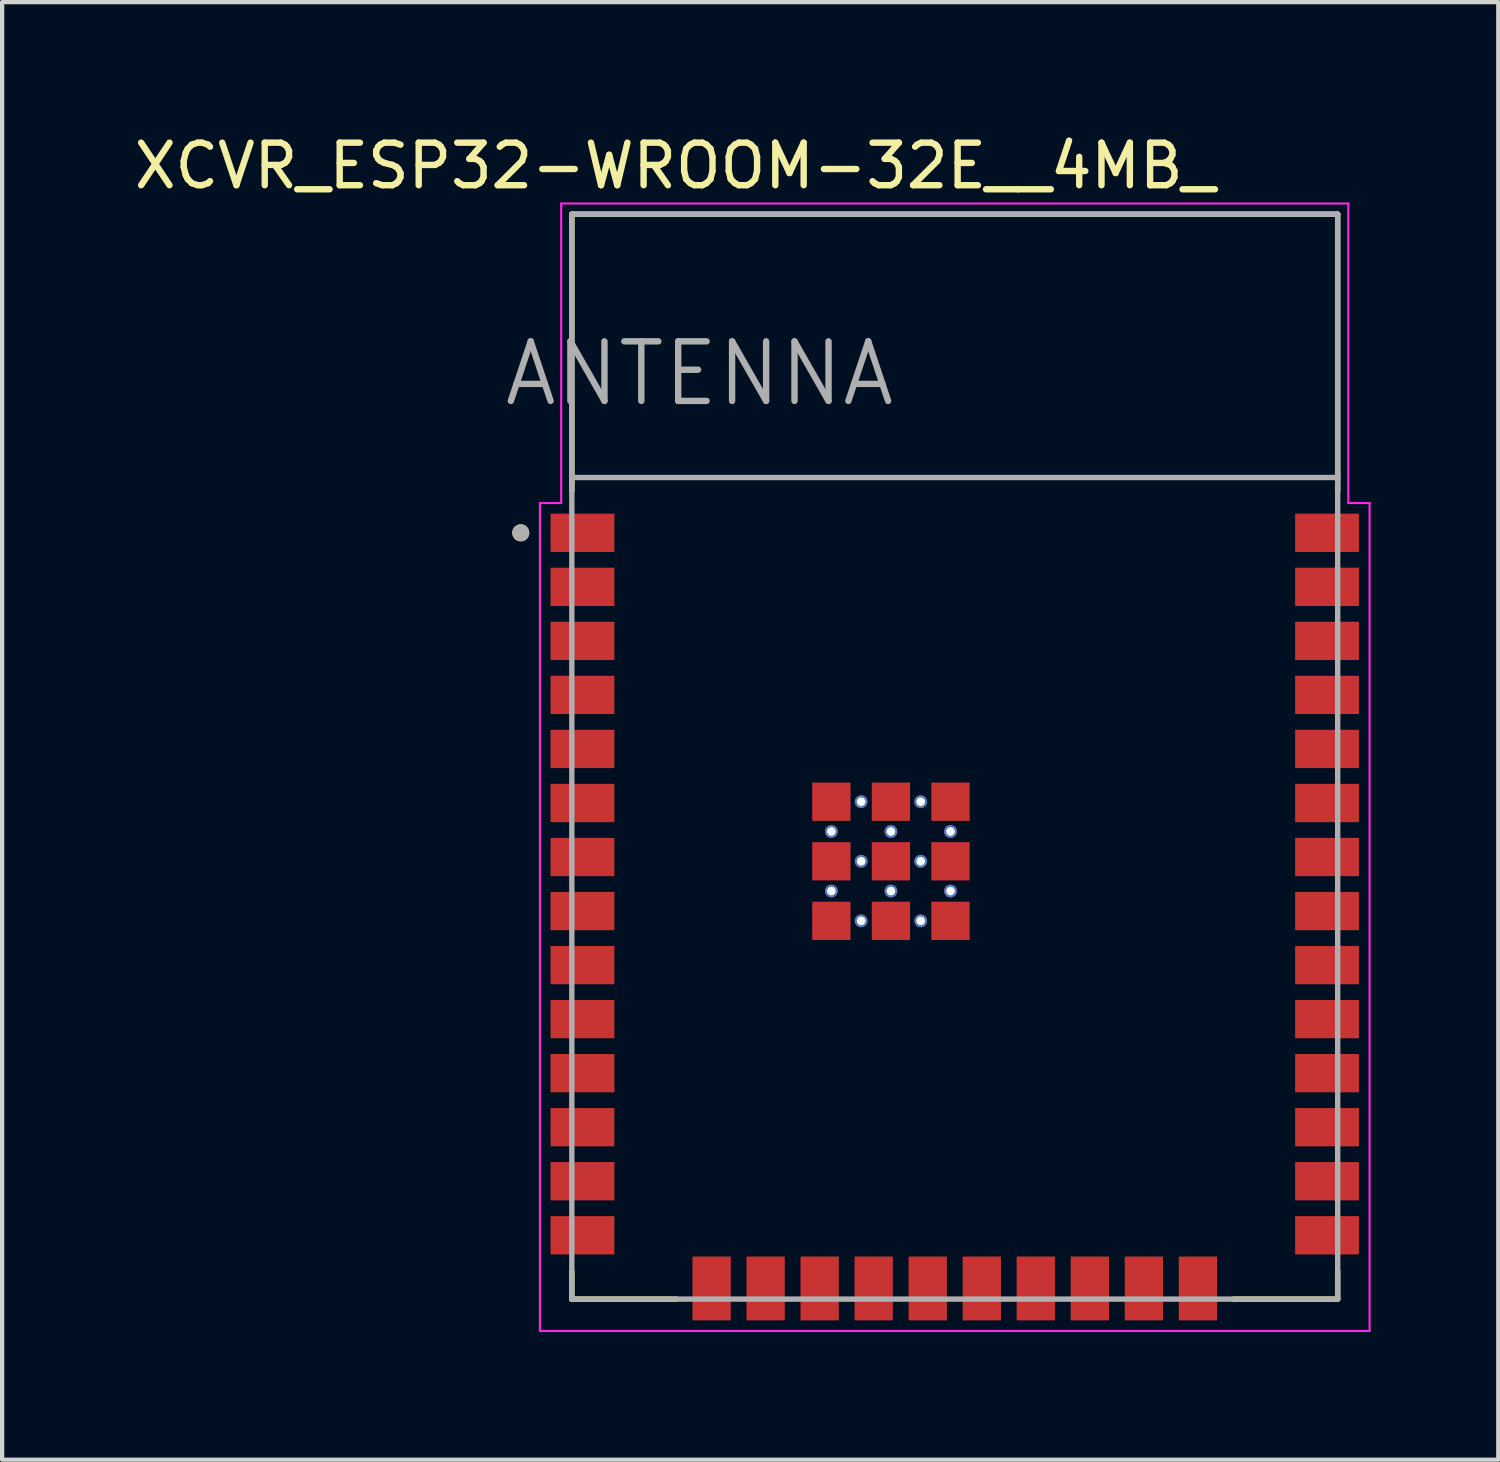
<source format=kicad_pcb>
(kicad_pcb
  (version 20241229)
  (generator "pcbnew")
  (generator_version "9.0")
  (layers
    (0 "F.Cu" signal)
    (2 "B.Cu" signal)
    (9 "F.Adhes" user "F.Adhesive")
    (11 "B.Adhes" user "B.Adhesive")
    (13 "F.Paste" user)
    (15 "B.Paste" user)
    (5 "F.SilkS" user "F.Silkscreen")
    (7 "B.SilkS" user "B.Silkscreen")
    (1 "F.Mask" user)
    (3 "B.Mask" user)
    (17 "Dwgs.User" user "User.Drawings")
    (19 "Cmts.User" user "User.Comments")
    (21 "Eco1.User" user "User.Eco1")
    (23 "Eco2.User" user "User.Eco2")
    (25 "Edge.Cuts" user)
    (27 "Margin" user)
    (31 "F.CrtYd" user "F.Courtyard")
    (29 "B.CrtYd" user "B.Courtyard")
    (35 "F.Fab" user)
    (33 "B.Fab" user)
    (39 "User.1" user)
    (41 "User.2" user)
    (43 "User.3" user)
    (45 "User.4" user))
  (footprint "XCVR_ESP32-WROOM-32E__4MB_"
    (layer "F.Cu")
    (at 19.39 14.733)
    (property "Reference" "XCVR_ESP32-WROOM-32E__4MB_" (at -6.575 -13.885 0) (layer "F.SilkS") (effects (font (size 1 1) (thickness 0.15))))
    (attr smd)
    (fp_line (start -9 -12.75) (end 9 -12.75) (stroke (width 0.127) (type solid)) (layer "F.SilkS"))
    (fp_line (start -9 -6.25) (end -9 -12.75) (stroke (width 0.127) (type solid)) (layer "F.SilkS"))
    (fp_line (start -9 12.1) (end -9 12.75) (stroke (width 0.127) (type solid)) (layer "F.SilkS"))
    (fp_line (start -9 12.75) (end -6.55 12.75) (stroke (width 0.127) (type solid)) (layer "F.SilkS"))
    (fp_line (start 6.55 12.75) (end 9 12.75) (stroke (width 0.127) (type solid)) (layer "F.SilkS"))
    (fp_line (start 9 -12.75) (end 9 -6.25) (stroke (width 0.127) (type solid)) (layer "F.SilkS"))
    (fp_line (start 9 12.75) (end 9 12.1) (stroke (width 0.127) (type solid)) (layer "F.SilkS"))
    (fp_circle (center -10.2 -5.26) (end -10.1 -5.26) (stroke (width 0.2) (type solid)) (fill no) (layer "F.SilkS"))
    (fp_line (start -9.75 -5.96) (end -9.25 -5.96) (stroke (width 0.05) (type solid)) (layer "F.CrtYd"))
    (fp_line (start -9.75 13.5) (end -9.75 -5.96) (stroke (width 0.05) (type solid)) (layer "F.CrtYd"))
    (fp_line (start -9.25 -13) (end 9.25 -13) (stroke (width 0.05) (type solid)) (layer "F.CrtYd"))
    (fp_line (start -9.25 -5.96) (end -9.25 -13) (stroke (width 0.05) (type solid)) (layer "F.CrtYd"))
    (fp_line (start 9.25 -13) (end 9.25 -5.96) (stroke (width 0.05) (type solid)) (layer "F.CrtYd"))
    (fp_line (start 9.25 -5.96) (end 9.75 -5.96) (stroke (width 0.05) (type solid)) (layer "F.CrtYd"))
    (fp_line (start 9.75 -5.96) (end 9.75 13.5) (stroke (width 0.05) (type solid)) (layer "F.CrtYd"))
    (fp_line (start 9.75 13.5) (end -9.75 13.5) (stroke (width 0.05) (type solid)) (layer "F.CrtYd"))
    (fp_line (start -9 -12.75) (end -9 -6.56) (stroke (width 0.127) (type solid)) (layer "F.Fab"))
    (fp_line (start -9 -12.75) (end 9 -12.75) (stroke (width 0.127) (type solid)) (layer "F.Fab"))
    (fp_line (start -9 -6.56) (end 9 -6.56) (stroke (width 0.127) (type solid)) (layer "F.Fab"))
    (fp_line (start -9 12.75) (end -9 -6.56) (stroke (width 0.127) (type solid)) (layer "F.Fab"))
    (fp_line (start 9 -12.75) (end 9 -6.56) (stroke (width 0.127) (type solid)) (layer "F.Fab"))
    (fp_line (start 9 -6.56) (end 9 12.75) (stroke (width 0.127) (type solid)) (layer "F.Fab"))
    (fp_line (start 9 12.75) (end -9 12.75) (stroke (width 0.127) (type solid)) (layer "F.Fab"))
    (fp_circle (center -10.2 -5.26) (end -10.1 -5.26) (stroke (width 0.2) (type solid)) (fill no) (layer "F.Fab"))
    (fp_text user "ANTENNA" (at -6 -9 0) (layer "F.Fab") (effects (font (size 1.4 1.4) (thickness 0.15))))
    (pad "1" smd rect (at -8.75 -5.26) (size 1.5 0.9) (layers "F.Cu" "F.Mask" "F.Paste"))
    (pad "2" smd rect (at -8.75 -3.99) (size 1.5 0.9) (layers "F.Cu" "F.Mask" "F.Paste"))
    (pad "3" smd rect (at -8.75 -2.72) (size 1.5 0.9) (layers "F.Cu" "F.Mask" "F.Paste"))
    (pad "4" smd rect (at -8.75 -1.45) (size 1.5 0.9) (layers "F.Cu" "F.Mask" "F.Paste"))
    (pad "5" smd rect (at -8.75 -0.18) (size 1.5 0.9) (layers "F.Cu" "F.Mask" "F.Paste"))
    (pad "6" smd rect (at -8.75 1.09) (size 1.5 0.9) (layers "F.Cu" "F.Mask" "F.Paste"))
    (pad "7" smd rect (at -8.75 2.36) (size 1.5 0.9) (layers "F.Cu" "F.Mask" "F.Paste"))
    (pad "8" smd rect (at -8.75 3.63) (size 1.5 0.9) (layers "F.Cu" "F.Mask" "F.Paste"))
    (pad "9" smd rect (at -8.75 4.9) (size 1.5 0.9) (layers "F.Cu" "F.Mask" "F.Paste"))
    (pad "10" smd rect (at -8.75 6.17) (size 1.5 0.9) (layers "F.Cu" "F.Mask" "F.Paste"))
    (pad "11" smd rect (at -8.75 7.44) (size 1.5 0.9) (layers "F.Cu" "F.Mask" "F.Paste"))
    (pad "12" smd rect (at -8.75 8.71) (size 1.5 0.9) (layers "F.Cu" "F.Mask" "F.Paste"))
    (pad "13" smd rect (at -8.75 9.98) (size 1.5 0.9) (layers "F.Cu" "F.Mask" "F.Paste"))
    (pad "14" smd rect (at -8.75 11.25) (size 1.5 0.9) (layers "F.Cu" "F.Mask" "F.Paste"))
    (pad "15" smd rect (at -5.715 12.5) (size 0.9 1.5) (layers "F.Cu" "F.Mask" "F.Paste"))
    (pad "16" smd rect (at -4.445 12.5) (size 0.9 1.5) (layers "F.Cu" "F.Mask" "F.Paste"))
    (pad "17" smd rect (at -3.175 12.5) (size 0.9 1.5) (layers "F.Cu" "F.Mask" "F.Paste"))
    (pad "18" smd rect (at -1.905 12.5) (size 0.9 1.5) (layers "F.Cu" "F.Mask" "F.Paste"))
    (pad "19" smd rect (at -0.635 12.5) (size 0.9 1.5) (layers "F.Cu" "F.Mask" "F.Paste"))
    (pad "20" smd rect (at 0.635 12.5) (size 0.9 1.5) (layers "F.Cu" "F.Mask" "F.Paste"))
    (pad "21" smd rect (at 1.905 12.5) (size 0.9 1.5) (layers "F.Cu" "F.Mask" "F.Paste"))
    (pad "22" smd rect (at 3.175 12.5) (size 0.9 1.5) (layers "F.Cu" "F.Mask" "F.Paste"))
    (pad "23" smd rect (at 4.445 12.5) (size 0.9 1.5) (layers "F.Cu" "F.Mask" "F.Paste"))
    (pad "24" smd rect (at 5.715 12.5) (size 0.9 1.5) (layers "F.Cu" "F.Mask" "F.Paste"))
    (pad "25" smd rect (at 8.75 11.25) (size 1.5 0.9) (layers "F.Cu" "F.Mask" "F.Paste"))
    (pad "26" smd rect (at 8.75 9.98) (size 1.5 0.9) (layers "F.Cu" "F.Mask" "F.Paste"))
    (pad "27" smd rect (at 8.75 8.71) (size 1.5 0.9) (layers "F.Cu" "F.Mask" "F.Paste"))
    (pad "28" smd rect (at 8.75 7.44) (size 1.5 0.9) (layers "F.Cu" "F.Mask" "F.Paste"))
    (pad "29" smd rect (at 8.75 6.17) (size 1.5 0.9) (layers "F.Cu" "F.Mask" "F.Paste"))
    (pad "30" smd rect (at 8.75 4.9) (size 1.5 0.9) (layers "F.Cu" "F.Mask" "F.Paste"))
    (pad "31" smd rect (at 8.75 3.63) (size 1.5 0.9) (layers "F.Cu" "F.Mask" "F.Paste"))
    (pad "32" smd rect (at 8.75 2.36) (size 1.5 0.9) (layers "F.Cu" "F.Mask" "F.Paste"))
    (pad "33" smd rect (at 8.75 1.09) (size 1.5 0.9) (layers "F.Cu" "F.Mask" "F.Paste"))
    (pad "34" smd rect (at 8.75 -0.18) (size 1.5 0.9) (layers "F.Cu" "F.Mask" "F.Paste"))
    (pad "35" smd rect (at 8.75 -1.45) (size 1.5 0.9) (layers "F.Cu" "F.Mask" "F.Paste"))
    (pad "36" smd rect (at 8.75 -2.72) (size 1.5 0.9) (layers "F.Cu" "F.Mask" "F.Paste"))
    (pad "37" smd rect (at 8.75 -3.99) (size 1.5 0.9) (layers "F.Cu" "F.Mask" "F.Paste"))
    (pad "38" smd rect (at 8.75 -5.26) (size 1.5 0.9) (layers "F.Cu" "F.Mask" "F.Paste"))
    (pad "39_1" smd rect (at -2.9 1.06) (size 0.9 0.9) (layers "F.Cu" "F.Mask" "F.Paste"))
    (pad "39_2" smd rect (at -1.5 1.06) (size 0.9 0.9) (layers "F.Cu" "F.Mask" "F.Paste"))
    (pad "39_3" smd rect (at -0.1 1.06) (size 0.9 0.9) (layers "F.Cu" "F.Mask" "F.Paste"))
    (pad "39_4" smd rect (at -2.9 2.46) (size 0.9 0.9) (layers "F.Cu" "F.Mask" "F.Paste"))
    (pad "39_5" smd rect (at -1.5 2.46) (size 0.9 0.9) (layers "F.Cu" "F.Mask" "F.Paste"))
    (pad "39_6" smd rect (at -0.1 2.46) (size 0.9 0.9) (layers "F.Cu" "F.Mask" "F.Paste"))
    (pad "39_7" smd rect (at -2.9 3.86) (size 0.9 0.9) (layers "F.Cu" "F.Mask" "F.Paste"))
    (pad "39_8" smd rect (at -1.5 3.86) (size 0.9 0.9) (layers "F.Cu" "F.Mask" "F.Paste"))
    (pad "39_9" smd rect (at -0.1 3.86) (size 0.9 0.9) (layers "F.Cu" "F.Mask" "F.Paste"))
    (pad "39_10" thru_hole circle (at -2.2 1.06) (size 0.3 0.3) (drill 0.2) (layers "*.Cu"))
    (pad "39_11" thru_hole circle (at -0.8 1.06) (size 0.3 0.3) (drill 0.2) (layers "*.Cu"))
    (pad "39_12" thru_hole circle (at -2.9 1.76) (size 0.3 0.3) (drill 0.2) (layers "*.Cu"))
    (pad "39_13" thru_hole circle (at -1.5 1.76) (size 0.3 0.3) (drill 0.2) (layers "*.Cu"))
    (pad "39_14" thru_hole circle (at -0.1 1.76) (size 0.3 0.3) (drill 0.2) (layers "*.Cu"))
    (pad "39_15" thru_hole circle (at -2.2 2.46) (size 0.3 0.3) (drill 0.2) (layers "*.Cu"))
    (pad "39_16" thru_hole circle (at -0.8 2.46) (size 0.3 0.3) (drill 0.2) (layers "*.Cu"))
    (pad "39_17" thru_hole circle (at -2.9 3.16) (size 0.3 0.3) (drill 0.2) (layers "*.Cu"))
    (pad "39_18" thru_hole circle (at -1.5 3.16) (size 0.3 0.3) (drill 0.2) (layers "*.Cu"))
    (pad "39_19" thru_hole circle (at -0.1 3.16) (size 0.3 0.3) (drill 0.2) (layers "*.Cu"))
    (pad "39_20" thru_hole circle (at -2.2 3.86) (size 0.3 0.3) (drill 0.2) (layers "*.Cu"))
    (pad "39_21" thru_hole circle (at -0.8 3.86) (size 0.3 0.3) (drill 0.2) (layers "*.Cu"))
    (zone (net_name "") (layer "F.Cu") (hatch full 0.508) (connect_pads) (min_thickness 0.01) (filled_areas_thickness no) (keepout (tracks not_allowed) (vias not_allowed) (pads not_allowed) (copperpour not_allowed) (footprints allowed)) (placement (enabled no)) (fill) (polygon (pts (xy 10.39 1.983) (xy 28.39 1.983) (xy 28.39 8.173) (xy 10.39 8.173))))
    (zone (net_name "") (layers "F.Cu" "B.Cu") (hatch full 0.508) (connect_pads) (min_thickness 0.01) (filled_areas_thickness no) (keepout (tracks allowed) (vias not_allowed) (pads allowed) (copperpour allowed) (footprints allowed)) (placement (enabled no)) (fill) (polygon (pts (xy 10.39 1.983) (xy 28.39 1.983) (xy 28.39 8.173) (xy 10.39 8.173)))))
  (gr_rect
    (start -3 -3)
    (end 32.165 31.258)
    (stroke (width 0.1) (type default))
    (fill no)
    (layer "Edge.Cuts")))
</source>
